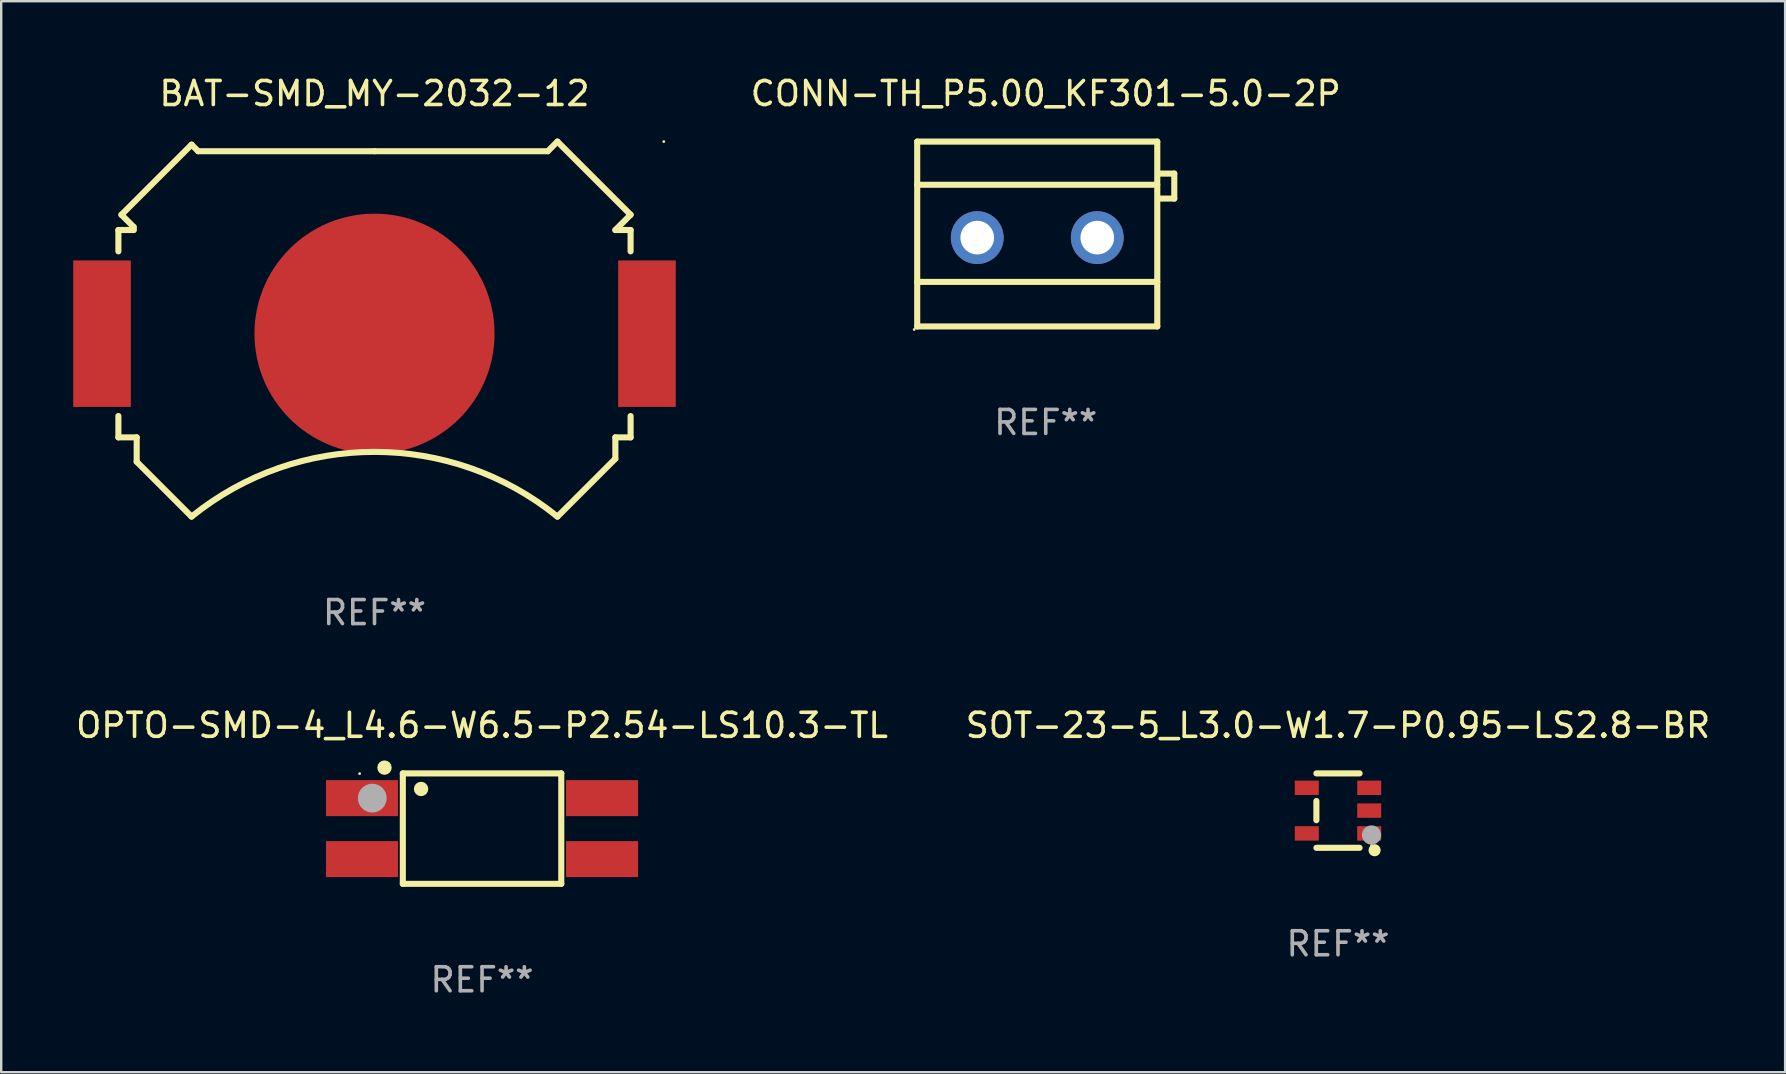
<source format=kicad_pcb>
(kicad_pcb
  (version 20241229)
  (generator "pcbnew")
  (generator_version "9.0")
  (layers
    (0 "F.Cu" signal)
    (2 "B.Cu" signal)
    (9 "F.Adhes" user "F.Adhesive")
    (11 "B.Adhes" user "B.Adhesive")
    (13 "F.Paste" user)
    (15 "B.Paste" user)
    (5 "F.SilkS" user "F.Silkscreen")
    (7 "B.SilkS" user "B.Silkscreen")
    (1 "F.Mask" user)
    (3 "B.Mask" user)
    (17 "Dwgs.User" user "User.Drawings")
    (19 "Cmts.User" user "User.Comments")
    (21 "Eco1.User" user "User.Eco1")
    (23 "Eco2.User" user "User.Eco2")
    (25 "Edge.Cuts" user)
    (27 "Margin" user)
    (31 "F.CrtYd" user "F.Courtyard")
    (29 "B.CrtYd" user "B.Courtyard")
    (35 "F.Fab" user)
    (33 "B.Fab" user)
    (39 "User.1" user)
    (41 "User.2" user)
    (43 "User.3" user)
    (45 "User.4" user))
  (footprint "CONN-TH_P5.00_KF301-5.0-2P"
    (layer "F.Cu")
    (at 40.511 6.698)
    (property "Reference" "CONN-TH_P5.00_KF301-5.0-2P" (at 0 -5.85 0) (layer "F.SilkS") (effects (font (size 1 1) (thickness 0.15))))
    (attr through_hole)
    (fp_line (start -5.354 -3.85) (end -5.354 3.85) (stroke (width 0.254) (type solid)) (layer "F.SilkS"))
    (fp_line (start -5.354 -3.85) (end 4.646 -3.85) (stroke (width 0.254) (type solid)) (layer "F.SilkS"))
    (fp_line (start -5.354 -2.051) (end 4.646 -2.051) (stroke (width 0.254) (type solid)) (layer "F.SilkS"))
    (fp_line (start -5.354 1.995) (end 4.646 1.995) (stroke (width 0.254) (type solid)) (layer "F.SilkS"))
    (fp_line (start -5.354 3.85) (end 4.646 3.85) (stroke (width 0.254) (type solid)) (layer "F.SilkS"))
    (fp_line (start 4.646 -3.85) (end 4.646 3.85) (stroke (width 0.254) (type solid)) (layer "F.SilkS"))
    (fp_line (start 4.726 -2.517) (end 5.354 -2.517) (stroke (width 0.254) (type solid)) (layer "F.SilkS"))
    (fp_line (start 5.354 -2.517) (end 5.354 -1.476) (stroke (width 0.254) (type solid)) (layer "F.SilkS"))
    (fp_line (start 5.354 -1.476) (end 4.726 -1.476) (stroke (width 0.254) (type solid)) (layer "F.SilkS"))
    (fp_circle (center -5.481 3.977) (end -5.451 3.977) (stroke (width 0.06) (type solid)) (fill no) (layer "F.SilkS"))
    (fp_text user "REF**" (at 0 7.85 0) (layer "F.Fab") (effects (font (size 1 1) (thickness 0.15))))
    (pad "1" thru_hole circle (at -2.854 0.15) (size 2.2 2.2) (drill 1.4) (layers "*.Cu" "*.Mask"))
    (pad "2" thru_hole circle (at 2.146 0.15) (size 2.2 2.2) (drill 1.4) (layers "*.Cu" "*.Mask")))
  (footprint "BAT-SMD_MY-2032-12"
    (layer "F.Cu")
    (at 12.55 10.659)
    (property "Reference" "BAT-SMD_MY-2032-12" (at 0 -9.811 0) (layer "F.SilkS") (effects (font (size 1 1) (thickness 0.15))))
    (attr through_hole)
    (fp_line (start -10.668 -4.128) (end -10.033 -4.128) (stroke (width 0.254) (type solid)) (layer "F.SilkS"))
    (fp_line (start -10.668 -3.239) (end -10.668 -4.128) (stroke (width 0.254) (type solid)) (layer "F.SilkS"))
    (fp_line (start -10.668 3.62) (end -10.668 4.509) (stroke (width 0.254) (type solid)) (layer "F.SilkS"))
    (fp_line (start -10.668 4.509) (end -9.906 4.509) (stroke (width 0.254) (type solid)) (layer "F.SilkS"))
    (fp_line (start -10.541 -4.763) (end -7.62 -7.684) (stroke (width 0.254) (type solid)) (layer "F.SilkS"))
    (fp_line (start -10.033 -4.255) (end -10.541 -4.763) (stroke (width 0.254) (type solid)) (layer "F.SilkS"))
    (fp_line (start -10.033 -4.128) (end -10.033 -4.255) (stroke (width 0.254) (type solid)) (layer "F.SilkS"))
    (fp_line (start -9.906 4.509) (end -9.906 5.525) (stroke (width 0.254) (type solid)) (layer "F.SilkS"))
    (fp_line (start -9.906 5.525) (end -7.62 7.811) (stroke (width 0.254) (type solid)) (layer "F.SilkS"))
    (fp_line (start -7.346 -7.41) (end -7.62 -7.684) (stroke (width 0.254) (type solid)) (layer "F.SilkS"))
    (fp_line (start 0 -7.41) (end -7.346 -7.41) (stroke (width 0.254) (type solid)) (layer "F.SilkS"))
    (fp_line (start 0 -7.41) (end 7.219 -7.41) (stroke (width 0.254) (type solid)) (layer "F.SilkS"))
    (fp_line (start 7.219 -7.41) (end 7.62 -7.811) (stroke (width 0.254) (type solid)) (layer "F.SilkS"))
    (fp_line (start 10.033 -4.128) (end 10.668 -4.763) (stroke (width 0.254) (type solid)) (layer "F.SilkS"))
    (fp_line (start 10.033 4.509) (end 10.033 5.398) (stroke (width 0.254) (type solid)) (layer "F.SilkS"))
    (fp_line (start 10.033 5.398) (end 7.62 7.811) (stroke (width 0.254) (type solid)) (layer "F.SilkS"))
    (fp_line (start 10.668 -4.763) (end 7.62 -7.811) (stroke (width 0.254) (type solid)) (layer "F.SilkS"))
    (fp_line (start 10.668 -4.128) (end 10.033 -4.128) (stroke (width 0.254) (type solid)) (layer "F.SilkS"))
    (fp_line (start 10.668 -3.239) (end 10.668 -4.128) (stroke (width 0.254) (type solid)) (layer "F.SilkS"))
    (fp_line (start 10.668 3.622) (end 10.668 4.509) (stroke (width 0.254) (type solid)) (layer "F.SilkS"))
    (fp_line (start 10.668 4.509) (end 10.033 4.509) (stroke (width 0.254) (type solid)) (layer "F.SilkS"))
    (fp_arc (start -7.620014 7.810516) (mid 0 5.114112) (end 7.620015 7.810516) (stroke (width 0.254001) (type solid)) (layer "F.SilkS"))
    (fp_circle (center 12.05 -7.811) (end 12.08 -7.811) (stroke (width 0.06) (type solid)) (fill no) (layer "F.SilkS"))
    (fp_text user "REF**" (at 0 11.811 0) (layer "F.Fab") (effects (font (size 1 1) (thickness 0.15))))
    (pad "1" smd rect (at -11.35 0.191) (size 2.4 6.1) (layers "F.Cu" "F.Mask" "F.Paste"))
    (pad "1" smd rect (at 11.35 0.191) (size 2.4 6.1) (layers "F.Cu" "F.Mask" "F.Paste"))
    (pad "2" smd circle (at 0 0.191) (size 10 10) (layers "F.Cu" "F.Mask" "F.Paste")))
  (footprint "OPTO-SMD-4_L4.6-W6.5-P2.54-LS10.3-TL"
    (layer "F.Cu")
    (at 17.03 31.466)
    (property "Reference" "OPTO-SMD-4_L4.6-W6.5-P2.54-LS10.3-TL" (at 0 -4.3 0) (layer "F.SilkS") (effects (font (size 1 1) (thickness 0.15))))
    (attr through_hole)
    (fp_line (start -3.3 -2.3) (end 3.3 -2.3) (stroke (width 0.254) (type solid)) (layer "F.SilkS"))
    (fp_line (start -3.3 2.3) (end -3.3 -2.3) (stroke (width 0.254) (type solid)) (layer "F.SilkS"))
    (fp_line (start 3.3 -2.3) (end 3.3 2.3) (stroke (width 0.254) (type solid)) (layer "F.SilkS"))
    (fp_line (start 3.3 2.3) (end -3.3 2.3) (stroke (width 0.254) (type solid)) (layer "F.SilkS"))
    (fp_circle (center -5.1 -2.29) (end -5.07 -2.29) (stroke (width 0.06) (type solid)) (fill no) (layer "F.SilkS"))
    (fp_circle (center -4.064 -2.54) (end -3.914 -2.54) (stroke (width 0.3) (type solid)) (fill no) (layer "F.SilkS"))
    (fp_circle (center -2.54 -1.651) (end -2.39 -1.651) (stroke (width 0.3) (type solid)) (fill no) (layer "F.SilkS"))
    (fp_circle (center -4.572 -1.27) (end -4.272 -1.27) (stroke (width 0.6) (type solid)) (fill no) (layer "F.Fab"))
    (fp_text user "REF**" (at 0 6.3 0) (layer "F.Fab") (effects (font (size 1 1) (thickness 0.15))))
    (pad "1" smd rect (at -5 -1.27 90) (size 1.5 3) (layers "F.Cu" "F.Mask" "F.Paste"))
    (pad "2" smd rect (at -5 1.27 90) (size 1.5 3) (layers "F.Cu" "F.Mask" "F.Paste"))
    (pad "3" smd rect (at 5 1.27 90) (size 1.5 3) (layers "F.Cu" "F.Mask" "F.Paste"))
    (pad "4" smd rect (at 5 -1.27 90) (size 1.5 3) (layers "F.Cu" "F.Mask" "F.Paste")))
  (footprint "SOT-23-5_L3.0-W1.7-P0.95-LS2.8-BR"
    (layer "F.Cu")
    (at 52.685 30.716)
    (property "Reference" "SOT-23-5_L3.0-W1.7-P0.95-LS2.8-BR" (at 0 -3.55 0) (layer "F.SilkS") (effects (font (size 1 1) (thickness 0.15))))
    (attr through_hole)
    (fp_line (start -0.9 -1.55) (end 0.9 -1.55) (stroke (width 0.254) (type solid)) (layer "F.SilkS"))
    (fp_line (start -0.9 0.4) (end -0.9 -0.4) (stroke (width 0.254) (type solid)) (layer "F.SilkS"))
    (fp_line (start -0.9 1.55) (end 0.9 1.55) (stroke (width 0.254) (type solid)) (layer "F.SilkS"))
    (fp_circle (center 1.4 1.45) (end 1.43 1.45) (stroke (width 0.06) (type solid)) (fill no) (layer "F.SilkS"))
    (fp_circle (center 1.524 1.651) (end 1.651 1.651) (stroke (width 0.254) (type solid)) (fill no) (layer "F.SilkS"))
    (fp_circle (center 1.397 1.016) (end 1.597 1.016) (stroke (width 0.4) (type solid)) (fill no) (layer "F.Fab"))
    (fp_text user "REF**" (at 0 5.55 0) (layer "F.Fab") (effects (font (size 1 1) (thickness 0.15))))
    (pad "1" smd rect (at 1.3 0.95) (size 1 0.6) (layers "F.Cu" "F.Mask" "F.Paste"))
    (pad "2" smd rect (at 1.3 -0.000051) (size 1 0.6) (layers "F.Cu" "F.Mask" "F.Paste"))
    (pad "3" smd rect (at 1.3 -0.95) (size 1 0.6) (layers "F.Cu" "F.Mask" "F.Paste"))
    (pad "4" smd rect (at -1.3 -0.95) (size 1 0.6) (layers "F.Cu" "F.Mask" "F.Paste"))
    (pad "5" smd rect (at -1.3 0.95) (size 1 0.6) (layers "F.Cu" "F.Mask" "F.Paste")))
  (gr_rect
    (start -3 -3)
    (end 71.31 41.614)
    (stroke (width 0.1) (type default))
    (fill no)
    (layer "Edge.Cuts")))
</source>
